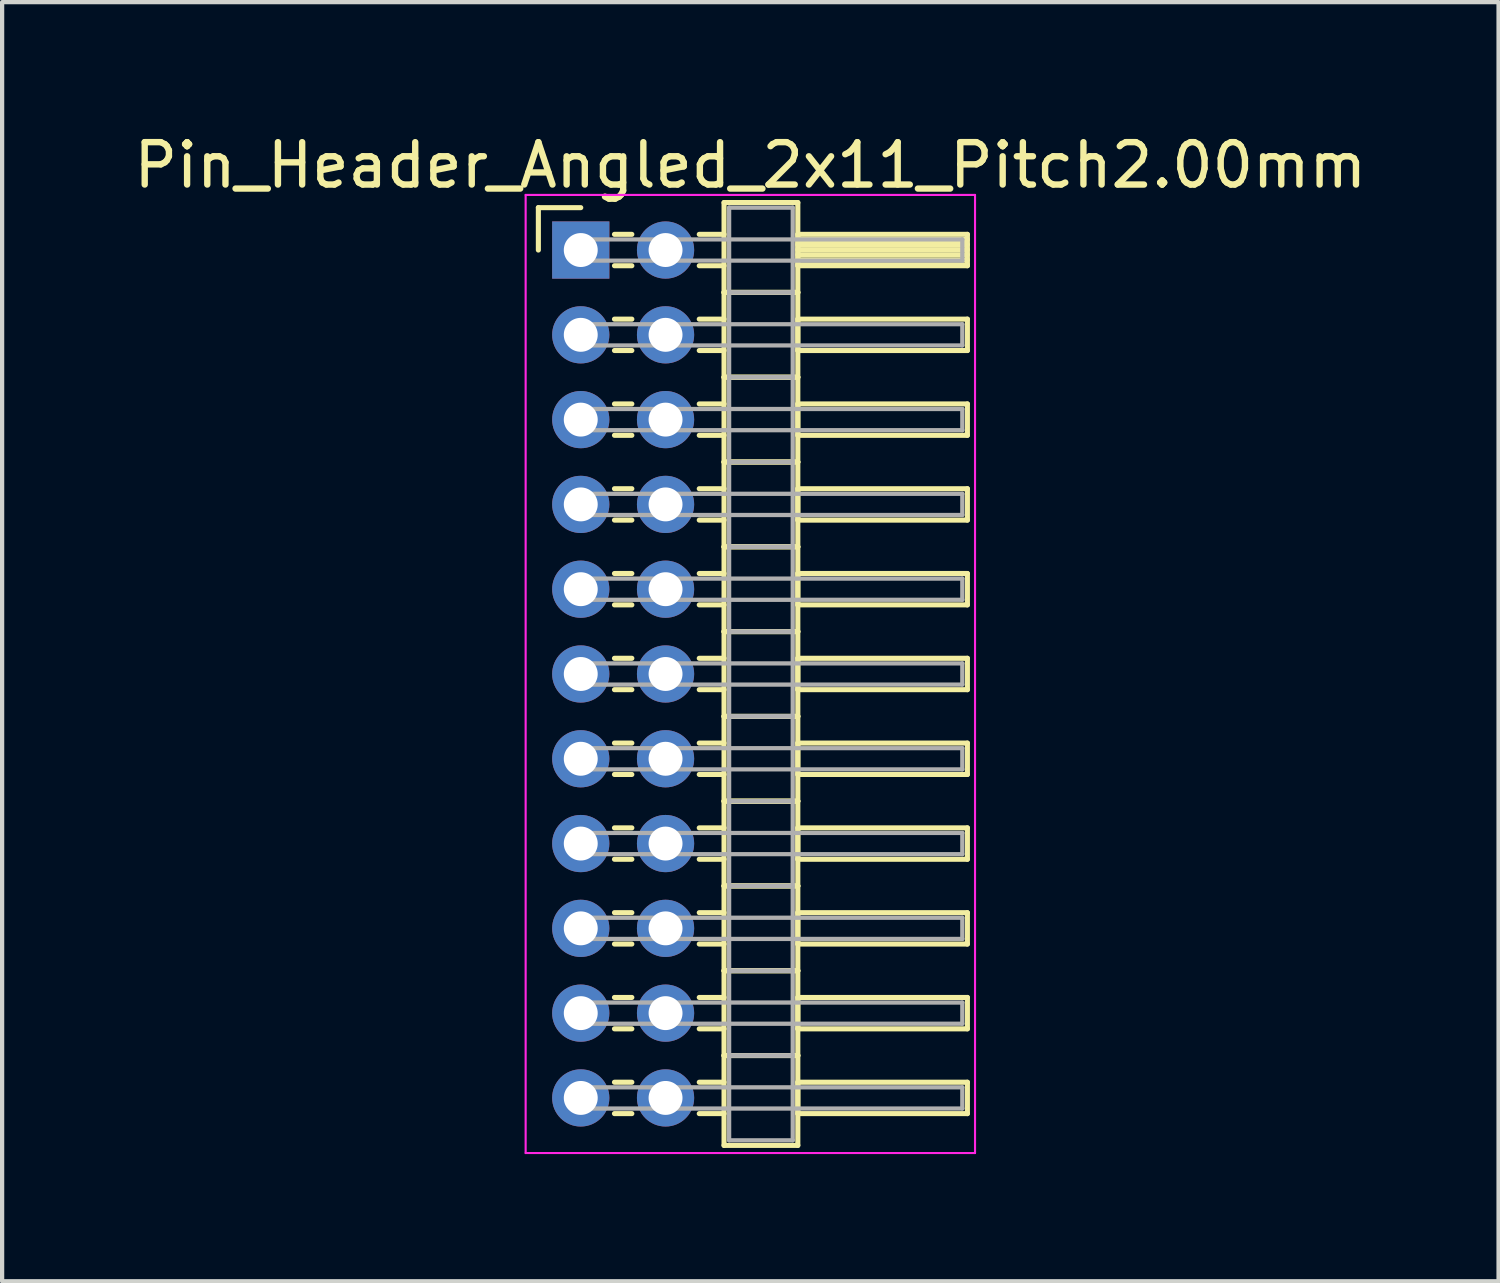
<source format=kicad_pcb>
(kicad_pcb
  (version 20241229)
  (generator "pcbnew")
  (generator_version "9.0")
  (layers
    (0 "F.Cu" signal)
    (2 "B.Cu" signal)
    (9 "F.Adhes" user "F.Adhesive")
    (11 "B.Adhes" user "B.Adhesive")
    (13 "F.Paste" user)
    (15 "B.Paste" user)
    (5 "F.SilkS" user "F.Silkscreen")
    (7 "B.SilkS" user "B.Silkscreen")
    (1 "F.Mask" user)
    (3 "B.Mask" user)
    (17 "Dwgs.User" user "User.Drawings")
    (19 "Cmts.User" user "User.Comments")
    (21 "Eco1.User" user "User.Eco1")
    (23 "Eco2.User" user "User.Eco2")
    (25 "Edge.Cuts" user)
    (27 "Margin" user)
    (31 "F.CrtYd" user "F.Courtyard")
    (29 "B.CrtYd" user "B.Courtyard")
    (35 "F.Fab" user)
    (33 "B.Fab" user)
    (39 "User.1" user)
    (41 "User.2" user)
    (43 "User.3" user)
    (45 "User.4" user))
  (footprint "Pin_Header_Angled_2x11_Pitch2.00mm"
    (layer "F.Cu")
    (at 10.649 2.848)
    (property "Reference" "Pin_Header_Angled_2x11_Pitch2.00mm" (at 4 -2 0) (layer "F.SilkS") (effects (font (size 1 1) (thickness 0.15))))
    (attr through_hole)
    (fp_line (start -1 -1) (end 0 -1) (stroke (width 0.12) (type solid)) (layer "F.SilkS"))
    (fp_line (start -1 0) (end -1 -1) (stroke (width 0.12) (type solid)) (layer "F.SilkS"))
    (fp_line (start 0.795 -0.37) (end 1.205 -0.37) (stroke (width 0.12) (type solid)) (layer "F.SilkS"))
    (fp_line (start 0.795 0.37) (end 1.205 0.37) (stroke (width 0.12) (type solid)) (layer "F.SilkS"))
    (fp_line (start 0.795 1.63) (end 1.205 1.63) (stroke (width 0.12) (type solid)) (layer "F.SilkS"))
    (fp_line (start 0.795 2.37) (end 1.205 2.37) (stroke (width 0.12) (type solid)) (layer "F.SilkS"))
    (fp_line (start 0.795 3.63) (end 1.205 3.63) (stroke (width 0.12) (type solid)) (layer "F.SilkS"))
    (fp_line (start 0.795 4.37) (end 1.205 4.37) (stroke (width 0.12) (type solid)) (layer "F.SilkS"))
    (fp_line (start 0.795 5.63) (end 1.205 5.63) (stroke (width 0.12) (type solid)) (layer "F.SilkS"))
    (fp_line (start 0.795 6.37) (end 1.205 6.37) (stroke (width 0.12) (type solid)) (layer "F.SilkS"))
    (fp_line (start 0.795 7.63) (end 1.205 7.63) (stroke (width 0.12) (type solid)) (layer "F.SilkS"))
    (fp_line (start 0.795 8.37) (end 1.205 8.37) (stroke (width 0.12) (type solid)) (layer "F.SilkS"))
    (fp_line (start 0.795 9.63) (end 1.205 9.63) (stroke (width 0.12) (type solid)) (layer "F.SilkS"))
    (fp_line (start 0.795 10.37) (end 1.205 10.37) (stroke (width 0.12) (type solid)) (layer "F.SilkS"))
    (fp_line (start 0.795 11.63) (end 1.205 11.63) (stroke (width 0.12) (type solid)) (layer "F.SilkS"))
    (fp_line (start 0.795 12.37) (end 1.205 12.37) (stroke (width 0.12) (type solid)) (layer "F.SilkS"))
    (fp_line (start 0.795 13.63) (end 1.205 13.63) (stroke (width 0.12) (type solid)) (layer "F.SilkS"))
    (fp_line (start 0.795 14.37) (end 1.205 14.37) (stroke (width 0.12) (type solid)) (layer "F.SilkS"))
    (fp_line (start 0.795 15.63) (end 1.205 15.63) (stroke (width 0.12) (type solid)) (layer "F.SilkS"))
    (fp_line (start 0.795 16.37) (end 1.205 16.37) (stroke (width 0.12) (type solid)) (layer "F.SilkS"))
    (fp_line (start 0.795 17.63) (end 1.205 17.63) (stroke (width 0.12) (type solid)) (layer "F.SilkS"))
    (fp_line (start 0.795 18.37) (end 1.205 18.37) (stroke (width 0.12) (type solid)) (layer "F.SilkS"))
    (fp_line (start 0.795 19.63) (end 1.205 19.63) (stroke (width 0.12) (type solid)) (layer "F.SilkS"))
    (fp_line (start 0.795 20.37) (end 1.205 20.37) (stroke (width 0.12) (type solid)) (layer "F.SilkS"))
    (fp_line (start 2.795 -0.37) (end 3.38 -0.37) (stroke (width 0.12) (type solid)) (layer "F.SilkS"))
    (fp_line (start 2.795 0.37) (end 3.38 0.37) (stroke (width 0.12) (type solid)) (layer "F.SilkS"))
    (fp_line (start 2.795 1.63) (end 3.38 1.63) (stroke (width 0.12) (type solid)) (layer "F.SilkS"))
    (fp_line (start 2.795 2.37) (end 3.38 2.37) (stroke (width 0.12) (type solid)) (layer "F.SilkS"))
    (fp_line (start 2.795 3.63) (end 3.38 3.63) (stroke (width 0.12) (type solid)) (layer "F.SilkS"))
    (fp_line (start 2.795 4.37) (end 3.38 4.37) (stroke (width 0.12) (type solid)) (layer "F.SilkS"))
    (fp_line (start 2.795 5.63) (end 3.38 5.63) (stroke (width 0.12) (type solid)) (layer "F.SilkS"))
    (fp_line (start 2.795 6.37) (end 3.38 6.37) (stroke (width 0.12) (type solid)) (layer "F.SilkS"))
    (fp_line (start 2.795 7.63) (end 3.38 7.63) (stroke (width 0.12) (type solid)) (layer "F.SilkS"))
    (fp_line (start 2.795 8.37) (end 3.38 8.37) (stroke (width 0.12) (type solid)) (layer "F.SilkS"))
    (fp_line (start 2.795 9.63) (end 3.38 9.63) (stroke (width 0.12) (type solid)) (layer "F.SilkS"))
    (fp_line (start 2.795 10.37) (end 3.38 10.37) (stroke (width 0.12) (type solid)) (layer "F.SilkS"))
    (fp_line (start 2.795 11.63) (end 3.38 11.63) (stroke (width 0.12) (type solid)) (layer "F.SilkS"))
    (fp_line (start 2.795 12.37) (end 3.38 12.37) (stroke (width 0.12) (type solid)) (layer "F.SilkS"))
    (fp_line (start 2.795 13.63) (end 3.38 13.63) (stroke (width 0.12) (type solid)) (layer "F.SilkS"))
    (fp_line (start 2.795 14.37) (end 3.38 14.37) (stroke (width 0.12) (type solid)) (layer "F.SilkS"))
    (fp_line (start 2.795 15.63) (end 3.38 15.63) (stroke (width 0.12) (type solid)) (layer "F.SilkS"))
    (fp_line (start 2.795 16.37) (end 3.38 16.37) (stroke (width 0.12) (type solid)) (layer "F.SilkS"))
    (fp_line (start 2.795 17.63) (end 3.38 17.63) (stroke (width 0.12) (type solid)) (layer "F.SilkS"))
    (fp_line (start 2.795 18.37) (end 3.38 18.37) (stroke (width 0.12) (type solid)) (layer "F.SilkS"))
    (fp_line (start 2.795 19.63) (end 3.38 19.63) (stroke (width 0.12) (type solid)) (layer "F.SilkS"))
    (fp_line (start 2.795 20.37) (end 3.38 20.37) (stroke (width 0.12) (type solid)) (layer "F.SilkS"))
    (fp_line (start 3.38 -1.12) (end 3.38 1) (stroke (width 0.12) (type solid)) (layer "F.SilkS"))
    (fp_line (start 3.38 1) (end 3.38 3) (stroke (width 0.12) (type solid)) (layer "F.SilkS"))
    (fp_line (start 3.38 1) (end 5.12 1) (stroke (width 0.12) (type solid)) (layer "F.SilkS"))
    (fp_line (start 3.38 3) (end 3.38 5) (stroke (width 0.12) (type solid)) (layer "F.SilkS"))
    (fp_line (start 3.38 3) (end 5.12 3) (stroke (width 0.12) (type solid)) (layer "F.SilkS"))
    (fp_line (start 3.38 5) (end 3.38 7) (stroke (width 0.12) (type solid)) (layer "F.SilkS"))
    (fp_line (start 3.38 5) (end 5.12 5) (stroke (width 0.12) (type solid)) (layer "F.SilkS"))
    (fp_line (start 3.38 7) (end 3.38 9) (stroke (width 0.12) (type solid)) (layer "F.SilkS"))
    (fp_line (start 3.38 7) (end 5.12 7) (stroke (width 0.12) (type solid)) (layer "F.SilkS"))
    (fp_line (start 3.38 9) (end 3.38 11) (stroke (width 0.12) (type solid)) (layer "F.SilkS"))
    (fp_line (start 3.38 9) (end 5.12 9) (stroke (width 0.12) (type solid)) (layer "F.SilkS"))
    (fp_line (start 3.38 11) (end 3.38 13) (stroke (width 0.12) (type solid)) (layer "F.SilkS"))
    (fp_line (start 3.38 11) (end 5.12 11) (stroke (width 0.12) (type solid)) (layer "F.SilkS"))
    (fp_line (start 3.38 13) (end 3.38 15) (stroke (width 0.12) (type solid)) (layer "F.SilkS"))
    (fp_line (start 3.38 13) (end 5.12 13) (stroke (width 0.12) (type solid)) (layer "F.SilkS"))
    (fp_line (start 3.38 15) (end 3.38 17) (stroke (width 0.12) (type solid)) (layer "F.SilkS"))
    (fp_line (start 3.38 15) (end 5.12 15) (stroke (width 0.12) (type solid)) (layer "F.SilkS"))
    (fp_line (start 3.38 17) (end 3.38 19) (stroke (width 0.12) (type solid)) (layer "F.SilkS"))
    (fp_line (start 3.38 17) (end 5.12 17) (stroke (width 0.12) (type solid)) (layer "F.SilkS"))
    (fp_line (start 3.38 19) (end 3.38 21.12) (stroke (width 0.12) (type solid)) (layer "F.SilkS"))
    (fp_line (start 3.38 19) (end 5.12 19) (stroke (width 0.12) (type solid)) (layer "F.SilkS"))
    (fp_line (start 3.38 21.12) (end 5.12 21.12) (stroke (width 0.12) (type solid)) (layer "F.SilkS"))
    (fp_line (start 5.12 -1.12) (end 3.38 -1.12) (stroke (width 0.12) (type solid)) (layer "F.SilkS"))
    (fp_line (start 5.12 -0.37) (end 5.12 0.37) (stroke (width 0.12) (type solid)) (layer "F.SilkS"))
    (fp_line (start 5.12 -0.25) (end 9.12 -0.25) (stroke (width 0.12) (type solid)) (layer "F.SilkS"))
    (fp_line (start 5.12 -0.13) (end 9.12 -0.13) (stroke (width 0.12) (type solid)) (layer "F.SilkS"))
    (fp_line (start 5.12 -0.01) (end 9.12 -0.01) (stroke (width 0.12) (type solid)) (layer "F.SilkS"))
    (fp_line (start 5.12 0.11) (end 9.12 0.11) (stroke (width 0.12) (type solid)) (layer "F.SilkS"))
    (fp_line (start 5.12 0.23) (end 9.12 0.23) (stroke (width 0.12) (type solid)) (layer "F.SilkS"))
    (fp_line (start 5.12 0.35) (end 9.12 0.35) (stroke (width 0.12) (type solid)) (layer "F.SilkS"))
    (fp_line (start 5.12 0.37) (end 9.12 0.37) (stroke (width 0.12) (type solid)) (layer "F.SilkS"))
    (fp_line (start 5.12 1) (end 3.38 1) (stroke (width 0.12) (type solid)) (layer "F.SilkS"))
    (fp_line (start 5.12 1) (end 5.12 -1.12) (stroke (width 0.12) (type solid)) (layer "F.SilkS"))
    (fp_line (start 5.12 1.63) (end 5.12 2.37) (stroke (width 0.12) (type solid)) (layer "F.SilkS"))
    (fp_line (start 5.12 2.37) (end 9.12 2.37) (stroke (width 0.12) (type solid)) (layer "F.SilkS"))
    (fp_line (start 5.12 3) (end 3.38 3) (stroke (width 0.12) (type solid)) (layer "F.SilkS"))
    (fp_line (start 5.12 3) (end 5.12 1) (stroke (width 0.12) (type solid)) (layer "F.SilkS"))
    (fp_line (start 5.12 3.63) (end 5.12 4.37) (stroke (width 0.12) (type solid)) (layer "F.SilkS"))
    (fp_line (start 5.12 4.37) (end 9.12 4.37) (stroke (width 0.12) (type solid)) (layer "F.SilkS"))
    (fp_line (start 5.12 5) (end 3.38 5) (stroke (width 0.12) (type solid)) (layer "F.SilkS"))
    (fp_line (start 5.12 5) (end 5.12 3) (stroke (width 0.12) (type solid)) (layer "F.SilkS"))
    (fp_line (start 5.12 5.63) (end 5.12 6.37) (stroke (width 0.12) (type solid)) (layer "F.SilkS"))
    (fp_line (start 5.12 6.37) (end 9.12 6.37) (stroke (width 0.12) (type solid)) (layer "F.SilkS"))
    (fp_line (start 5.12 7) (end 3.38 7) (stroke (width 0.12) (type solid)) (layer "F.SilkS"))
    (fp_line (start 5.12 7) (end 5.12 5) (stroke (width 0.12) (type solid)) (layer "F.SilkS"))
    (fp_line (start 5.12 7.63) (end 5.12 8.37) (stroke (width 0.12) (type solid)) (layer "F.SilkS"))
    (fp_line (start 5.12 8.37) (end 9.12 8.37) (stroke (width 0.12) (type solid)) (layer "F.SilkS"))
    (fp_line (start 5.12 9) (end 3.38 9) (stroke (width 0.12) (type solid)) (layer "F.SilkS"))
    (fp_line (start 5.12 9) (end 5.12 7) (stroke (width 0.12) (type solid)) (layer "F.SilkS"))
    (fp_line (start 5.12 9.63) (end 5.12 10.37) (stroke (width 0.12) (type solid)) (layer "F.SilkS"))
    (fp_line (start 5.12 10.37) (end 9.12 10.37) (stroke (width 0.12) (type solid)) (layer "F.SilkS"))
    (fp_line (start 5.12 11) (end 3.38 11) (stroke (width 0.12) (type solid)) (layer "F.SilkS"))
    (fp_line (start 5.12 11) (end 5.12 9) (stroke (width 0.12) (type solid)) (layer "F.SilkS"))
    (fp_line (start 5.12 11.63) (end 5.12 12.37) (stroke (width 0.12) (type solid)) (layer "F.SilkS"))
    (fp_line (start 5.12 12.37) (end 9.12 12.37) (stroke (width 0.12) (type solid)) (layer "F.SilkS"))
    (fp_line (start 5.12 13) (end 3.38 13) (stroke (width 0.12) (type solid)) (layer "F.SilkS"))
    (fp_line (start 5.12 13) (end 5.12 11) (stroke (width 0.12) (type solid)) (layer "F.SilkS"))
    (fp_line (start 5.12 13.63) (end 5.12 14.37) (stroke (width 0.12) (type solid)) (layer "F.SilkS"))
    (fp_line (start 5.12 14.37) (end 9.12 14.37) (stroke (width 0.12) (type solid)) (layer "F.SilkS"))
    (fp_line (start 5.12 15) (end 3.38 15) (stroke (width 0.12) (type solid)) (layer "F.SilkS"))
    (fp_line (start 5.12 15) (end 5.12 13) (stroke (width 0.12) (type solid)) (layer "F.SilkS"))
    (fp_line (start 5.12 15.63) (end 5.12 16.37) (stroke (width 0.12) (type solid)) (layer "F.SilkS"))
    (fp_line (start 5.12 16.37) (end 9.12 16.37) (stroke (width 0.12) (type solid)) (layer "F.SilkS"))
    (fp_line (start 5.12 17) (end 3.38 17) (stroke (width 0.12) (type solid)) (layer "F.SilkS"))
    (fp_line (start 5.12 17) (end 5.12 15) (stroke (width 0.12) (type solid)) (layer "F.SilkS"))
    (fp_line (start 5.12 17.63) (end 5.12 18.37) (stroke (width 0.12) (type solid)) (layer "F.SilkS"))
    (fp_line (start 5.12 18.37) (end 9.12 18.37) (stroke (width 0.12) (type solid)) (layer "F.SilkS"))
    (fp_line (start 5.12 19) (end 3.38 19) (stroke (width 0.12) (type solid)) (layer "F.SilkS"))
    (fp_line (start 5.12 19) (end 5.12 17) (stroke (width 0.12) (type solid)) (layer "F.SilkS"))
    (fp_line (start 5.12 19.63) (end 5.12 20.37) (stroke (width 0.12) (type solid)) (layer "F.SilkS"))
    (fp_line (start 5.12 20.37) (end 9.12 20.37) (stroke (width 0.12) (type solid)) (layer "F.SilkS"))
    (fp_line (start 5.12 21.12) (end 5.12 19) (stroke (width 0.12) (type solid)) (layer "F.SilkS"))
    (fp_line (start 9.12 -0.37) (end 5.12 -0.37) (stroke (width 0.12) (type solid)) (layer "F.SilkS"))
    (fp_line (start 9.12 0.37) (end 9.12 -0.37) (stroke (width 0.12) (type solid)) (layer "F.SilkS"))
    (fp_line (start 9.12 1.63) (end 5.12 1.63) (stroke (width 0.12) (type solid)) (layer "F.SilkS"))
    (fp_line (start 9.12 2.37) (end 9.12 1.63) (stroke (width 0.12) (type solid)) (layer "F.SilkS"))
    (fp_line (start 9.12 3.63) (end 5.12 3.63) (stroke (width 0.12) (type solid)) (layer "F.SilkS"))
    (fp_line (start 9.12 4.37) (end 9.12 3.63) (stroke (width 0.12) (type solid)) (layer "F.SilkS"))
    (fp_line (start 9.12 5.63) (end 5.12 5.63) (stroke (width 0.12) (type solid)) (layer "F.SilkS"))
    (fp_line (start 9.12 6.37) (end 9.12 5.63) (stroke (width 0.12) (type solid)) (layer "F.SilkS"))
    (fp_line (start 9.12 7.63) (end 5.12 7.63) (stroke (width 0.12) (type solid)) (layer "F.SilkS"))
    (fp_line (start 9.12 8.37) (end 9.12 7.63) (stroke (width 0.12) (type solid)) (layer "F.SilkS"))
    (fp_line (start 9.12 9.63) (end 5.12 9.63) (stroke (width 0.12) (type solid)) (layer "F.SilkS"))
    (fp_line (start 9.12 10.37) (end 9.12 9.63) (stroke (width 0.12) (type solid)) (layer "F.SilkS"))
    (fp_line (start 9.12 11.63) (end 5.12 11.63) (stroke (width 0.12) (type solid)) (layer "F.SilkS"))
    (fp_line (start 9.12 12.37) (end 9.12 11.63) (stroke (width 0.12) (type solid)) (layer "F.SilkS"))
    (fp_line (start 9.12 13.63) (end 5.12 13.63) (stroke (width 0.12) (type solid)) (layer "F.SilkS"))
    (fp_line (start 9.12 14.37) (end 9.12 13.63) (stroke (width 0.12) (type solid)) (layer "F.SilkS"))
    (fp_line (start 9.12 15.63) (end 5.12 15.63) (stroke (width 0.12) (type solid)) (layer "F.SilkS"))
    (fp_line (start 9.12 16.37) (end 9.12 15.63) (stroke (width 0.12) (type solid)) (layer "F.SilkS"))
    (fp_line (start 9.12 17.63) (end 5.12 17.63) (stroke (width 0.12) (type solid)) (layer "F.SilkS"))
    (fp_line (start 9.12 18.37) (end 9.12 17.63) (stroke (width 0.12) (type solid)) (layer "F.SilkS"))
    (fp_line (start 9.12 19.63) (end 5.12 19.63) (stroke (width 0.12) (type solid)) (layer "F.SilkS"))
    (fp_line (start 9.12 20.37) (end 9.12 19.63) (stroke (width 0.12) (type solid)) (layer "F.SilkS"))
    (fp_line (start -1.3 -1.3) (end -1.3 21.3) (stroke (width 0.05) (type solid)) (layer "F.CrtYd"))
    (fp_line (start -1.3 21.3) (end 9.3 21.3) (stroke (width 0.05) (type solid)) (layer "F.CrtYd"))
    (fp_line (start 9.3 -1.3) (end -1.3 -1.3) (stroke (width 0.05) (type solid)) (layer "F.CrtYd"))
    (fp_line (start 9.3 21.3) (end 9.3 -1.3) (stroke (width 0.05) (type solid)) (layer "F.CrtYd"))
    (fp_line (start 0 -0.25) (end 0 0.25) (stroke (width 0.1) (type solid)) (layer "F.Fab"))
    (fp_line (start 0 0.25) (end 9 0.25) (stroke (width 0.1) (type solid)) (layer "F.Fab"))
    (fp_line (start 0 1.75) (end 0 2.25) (stroke (width 0.1) (type solid)) (layer "F.Fab"))
    (fp_line (start 0 2.25) (end 9 2.25) (stroke (width 0.1) (type solid)) (layer "F.Fab"))
    (fp_line (start 0 3.75) (end 0 4.25) (stroke (width 0.1) (type solid)) (layer "F.Fab"))
    (fp_line (start 0 4.25) (end 9 4.25) (stroke (width 0.1) (type solid)) (layer "F.Fab"))
    (fp_line (start 0 5.75) (end 0 6.25) (stroke (width 0.1) (type solid)) (layer "F.Fab"))
    (fp_line (start 0 6.25) (end 9 6.25) (stroke (width 0.1) (type solid)) (layer "F.Fab"))
    (fp_line (start 0 7.75) (end 0 8.25) (stroke (width 0.1) (type solid)) (layer "F.Fab"))
    (fp_line (start 0 8.25) (end 9 8.25) (stroke (width 0.1) (type solid)) (layer "F.Fab"))
    (fp_line (start 0 9.75) (end 0 10.25) (stroke (width 0.1) (type solid)) (layer "F.Fab"))
    (fp_line (start 0 10.25) (end 9 10.25) (stroke (width 0.1) (type solid)) (layer "F.Fab"))
    (fp_line (start 0 11.75) (end 0 12.25) (stroke (width 0.1) (type solid)) (layer "F.Fab"))
    (fp_line (start 0 12.25) (end 9 12.25) (stroke (width 0.1) (type solid)) (layer "F.Fab"))
    (fp_line (start 0 13.75) (end 0 14.25) (stroke (width 0.1) (type solid)) (layer "F.Fab"))
    (fp_line (start 0 14.25) (end 9 14.25) (stroke (width 0.1) (type solid)) (layer "F.Fab"))
    (fp_line (start 0 15.75) (end 0 16.25) (stroke (width 0.1) (type solid)) (layer "F.Fab"))
    (fp_line (start 0 16.25) (end 9 16.25) (stroke (width 0.1) (type solid)) (layer "F.Fab"))
    (fp_line (start 0 17.75) (end 0 18.25) (stroke (width 0.1) (type solid)) (layer "F.Fab"))
    (fp_line (start 0 18.25) (end 9 18.25) (stroke (width 0.1) (type solid)) (layer "F.Fab"))
    (fp_line (start 0 19.75) (end 0 20.25) (stroke (width 0.1) (type solid)) (layer "F.Fab"))
    (fp_line (start 0 20.25) (end 9 20.25) (stroke (width 0.1) (type solid)) (layer "F.Fab"))
    (fp_line (start 3.5 -1) (end 3.5 1) (stroke (width 0.1) (type solid)) (layer "F.Fab"))
    (fp_line (start 3.5 1) (end 3.5 3) (stroke (width 0.1) (type solid)) (layer "F.Fab"))
    (fp_line (start 3.5 1) (end 5 1) (stroke (width 0.1) (type solid)) (layer "F.Fab"))
    (fp_line (start 3.5 3) (end 3.5 5) (stroke (width 0.1) (type solid)) (layer "F.Fab"))
    (fp_line (start 3.5 3) (end 5 3) (stroke (width 0.1) (type solid)) (layer "F.Fab"))
    (fp_line (start 3.5 5) (end 3.5 7) (stroke (width 0.1) (type solid)) (layer "F.Fab"))
    (fp_line (start 3.5 5) (end 5 5) (stroke (width 0.1) (type solid)) (layer "F.Fab"))
    (fp_line (start 3.5 7) (end 3.5 9) (stroke (width 0.1) (type solid)) (layer "F.Fab"))
    (fp_line (start 3.5 7) (end 5 7) (stroke (width 0.1) (type solid)) (layer "F.Fab"))
    (fp_line (start 3.5 9) (end 3.5 11) (stroke (width 0.1) (type solid)) (layer "F.Fab"))
    (fp_line (start 3.5 9) (end 5 9) (stroke (width 0.1) (type solid)) (layer "F.Fab"))
    (fp_line (start 3.5 11) (end 3.5 13) (stroke (width 0.1) (type solid)) (layer "F.Fab"))
    (fp_line (start 3.5 11) (end 5 11) (stroke (width 0.1) (type solid)) (layer "F.Fab"))
    (fp_line (start 3.5 13) (end 3.5 15) (stroke (width 0.1) (type solid)) (layer "F.Fab"))
    (fp_line (start 3.5 13) (end 5 13) (stroke (width 0.1) (type solid)) (layer "F.Fab"))
    (fp_line (start 3.5 15) (end 3.5 17) (stroke (width 0.1) (type solid)) (layer "F.Fab"))
    (fp_line (start 3.5 15) (end 5 15) (stroke (width 0.1) (type solid)) (layer "F.Fab"))
    (fp_line (start 3.5 17) (end 3.5 19) (stroke (width 0.1) (type solid)) (layer "F.Fab"))
    (fp_line (start 3.5 17) (end 5 17) (stroke (width 0.1) (type solid)) (layer "F.Fab"))
    (fp_line (start 3.5 19) (end 3.5 21) (stroke (width 0.1) (type solid)) (layer "F.Fab"))
    (fp_line (start 3.5 19) (end 5 19) (stroke (width 0.1) (type solid)) (layer "F.Fab"))
    (fp_line (start 3.5 21) (end 5 21) (stroke (width 0.1) (type solid)) (layer "F.Fab"))
    (fp_line (start 5 -1) (end 3.5 -1) (stroke (width 0.1) (type solid)) (layer "F.Fab"))
    (fp_line (start 5 1) (end 3.5 1) (stroke (width 0.1) (type solid)) (layer "F.Fab"))
    (fp_line (start 5 1) (end 5 -1) (stroke (width 0.1) (type solid)) (layer "F.Fab"))
    (fp_line (start 5 3) (end 3.5 3) (stroke (width 0.1) (type solid)) (layer "F.Fab"))
    (fp_line (start 5 3) (end 5 1) (stroke (width 0.1) (type solid)) (layer "F.Fab"))
    (fp_line (start 5 5) (end 3.5 5) (stroke (width 0.1) (type solid)) (layer "F.Fab"))
    (fp_line (start 5 5) (end 5 3) (stroke (width 0.1) (type solid)) (layer "F.Fab"))
    (fp_line (start 5 7) (end 3.5 7) (stroke (width 0.1) (type solid)) (layer "F.Fab"))
    (fp_line (start 5 7) (end 5 5) (stroke (width 0.1) (type solid)) (layer "F.Fab"))
    (fp_line (start 5 9) (end 3.5 9) (stroke (width 0.1) (type solid)) (layer "F.Fab"))
    (fp_line (start 5 9) (end 5 7) (stroke (width 0.1) (type solid)) (layer "F.Fab"))
    (fp_line (start 5 11) (end 3.5 11) (stroke (width 0.1) (type solid)) (layer "F.Fab"))
    (fp_line (start 5 11) (end 5 9) (stroke (width 0.1) (type solid)) (layer "F.Fab"))
    (fp_line (start 5 13) (end 3.5 13) (stroke (width 0.1) (type solid)) (layer "F.Fab"))
    (fp_line (start 5 13) (end 5 11) (stroke (width 0.1) (type solid)) (layer "F.Fab"))
    (fp_line (start 5 15) (end 3.5 15) (stroke (width 0.1) (type solid)) (layer "F.Fab"))
    (fp_line (start 5 15) (end 5 13) (stroke (width 0.1) (type solid)) (layer "F.Fab"))
    (fp_line (start 5 17) (end 3.5 17) (stroke (width 0.1) (type solid)) (layer "F.Fab"))
    (fp_line (start 5 17) (end 5 15) (stroke (width 0.1) (type solid)) (layer "F.Fab"))
    (fp_line (start 5 19) (end 3.5 19) (stroke (width 0.1) (type solid)) (layer "F.Fab"))
    (fp_line (start 5 19) (end 5 17) (stroke (width 0.1) (type solid)) (layer "F.Fab"))
    (fp_line (start 5 21) (end 5 19) (stroke (width 0.1) (type solid)) (layer "F.Fab"))
    (fp_line (start 9 -0.25) (end 0 -0.25) (stroke (width 0.1) (type solid)) (layer "F.Fab"))
    (fp_line (start 9 0.25) (end 9 -0.25) (stroke (width 0.1) (type solid)) (layer "F.Fab"))
    (fp_line (start 9 1.75) (end 0 1.75) (stroke (width 0.1) (type solid)) (layer "F.Fab"))
    (fp_line (start 9 2.25) (end 9 1.75) (stroke (width 0.1) (type solid)) (layer "F.Fab"))
    (fp_line (start 9 3.75) (end 0 3.75) (stroke (width 0.1) (type solid)) (layer "F.Fab"))
    (fp_line (start 9 4.25) (end 9 3.75) (stroke (width 0.1) (type solid)) (layer "F.Fab"))
    (fp_line (start 9 5.75) (end 0 5.75) (stroke (width 0.1) (type solid)) (layer "F.Fab"))
    (fp_line (start 9 6.25) (end 9 5.75) (stroke (width 0.1) (type solid)) (layer "F.Fab"))
    (fp_line (start 9 7.75) (end 0 7.75) (stroke (width 0.1) (type solid)) (layer "F.Fab"))
    (fp_line (start 9 8.25) (end 9 7.75) (stroke (width 0.1) (type solid)) (layer "F.Fab"))
    (fp_line (start 9 9.75) (end 0 9.75) (stroke (width 0.1) (type solid)) (layer "F.Fab"))
    (fp_line (start 9 10.25) (end 9 9.75) (stroke (width 0.1) (type solid)) (layer "F.Fab"))
    (fp_line (start 9 11.75) (end 0 11.75) (stroke (width 0.1) (type solid)) (layer "F.Fab"))
    (fp_line (start 9 12.25) (end 9 11.75) (stroke (width 0.1) (type solid)) (layer "F.Fab"))
    (fp_line (start 9 13.75) (end 0 13.75) (stroke (width 0.1) (type solid)) (layer "F.Fab"))
    (fp_line (start 9 14.25) (end 9 13.75) (stroke (width 0.1) (type solid)) (layer "F.Fab"))
    (fp_line (start 9 15.75) (end 0 15.75) (stroke (width 0.1) (type solid)) (layer "F.Fab"))
    (fp_line (start 9 16.25) (end 9 15.75) (stroke (width 0.1) (type solid)) (layer "F.Fab"))
    (fp_line (start 9 17.75) (end 0 17.75) (stroke (width 0.1) (type solid)) (layer "F.Fab"))
    (fp_line (start 9 18.25) (end 9 17.75) (stroke (width 0.1) (type solid)) (layer "F.Fab"))
    (fp_line (start 9 19.75) (end 0 19.75) (stroke (width 0.1) (type solid)) (layer "F.Fab"))
    (fp_line (start 9 20.25) (end 9 19.75) (stroke (width 0.1) (type solid)) (layer "F.Fab"))
    (pad "1" thru_hole rect (at 0 0) (size 1.35 1.35) (drill 0.8) (layers "*.Cu" "*.Mask"))
    (pad "2" thru_hole oval (at 2 0) (size 1.35 1.35) (drill 0.8) (layers "*.Cu" "*.Mask"))
    (pad "3" thru_hole oval (at 0 2) (size 1.35 1.35) (drill 0.8) (layers "*.Cu" "*.Mask"))
    (pad "4" thru_hole oval (at 2 2) (size 1.35 1.35) (drill 0.8) (layers "*.Cu" "*.Mask"))
    (pad "5" thru_hole oval (at 0 4) (size 1.35 1.35) (drill 0.8) (layers "*.Cu" "*.Mask"))
    (pad "6" thru_hole oval (at 2 4) (size 1.35 1.35) (drill 0.8) (layers "*.Cu" "*.Mask"))
    (pad "7" thru_hole oval (at 0 6) (size 1.35 1.35) (drill 0.8) (layers "*.Cu" "*.Mask"))
    (pad "8" thru_hole oval (at 2 6) (size 1.35 1.35) (drill 0.8) (layers "*.Cu" "*.Mask"))
    (pad "9" thru_hole oval (at 0 8) (size 1.35 1.35) (drill 0.8) (layers "*.Cu" "*.Mask"))
    (pad "10" thru_hole oval (at 2 8) (size 1.35 1.35) (drill 0.8) (layers "*.Cu" "*.Mask"))
    (pad "11" thru_hole oval (at 0 10) (size 1.35 1.35) (drill 0.8) (layers "*.Cu" "*.Mask"))
    (pad "12" thru_hole oval (at 2 10) (size 1.35 1.35) (drill 0.8) (layers "*.Cu" "*.Mask"))
    (pad "13" thru_hole oval (at 0 12) (size 1.35 1.35) (drill 0.8) (layers "*.Cu" "*.Mask"))
    (pad "14" thru_hole oval (at 2 12) (size 1.35 1.35) (drill 0.8) (layers "*.Cu" "*.Mask"))
    (pad "15" thru_hole oval (at 0 14) (size 1.35 1.35) (drill 0.8) (layers "*.Cu" "*.Mask"))
    (pad "16" thru_hole oval (at 2 14) (size 1.35 1.35) (drill 0.8) (layers "*.Cu" "*.Mask"))
    (pad "17" thru_hole oval (at 0 16) (size 1.35 1.35) (drill 0.8) (layers "*.Cu" "*.Mask"))
    (pad "18" thru_hole oval (at 2 16) (size 1.35 1.35) (drill 0.8) (layers "*.Cu" "*.Mask"))
    (pad "19" thru_hole oval (at 0 18) (size 1.35 1.35) (drill 0.8) (layers "*.Cu" "*.Mask"))
    (pad "20" thru_hole oval (at 2 18) (size 1.35 1.35) (drill 0.8) (layers "*.Cu" "*.Mask"))
    (pad "21" thru_hole oval (at 0 20) (size 1.35 1.35) (drill 0.8) (layers "*.Cu" "*.Mask"))
    (pad "22" thru_hole oval (at 2 20) (size 1.35 1.35) (drill 0.8) (layers "*.Cu" "*.Mask")))
  (gr_rect
    (start -3 -3)
    (end 32.298 27.173)
    (stroke (width 0.1) (type default))
    (fill no)
    (layer "Edge.Cuts")))
</source>
